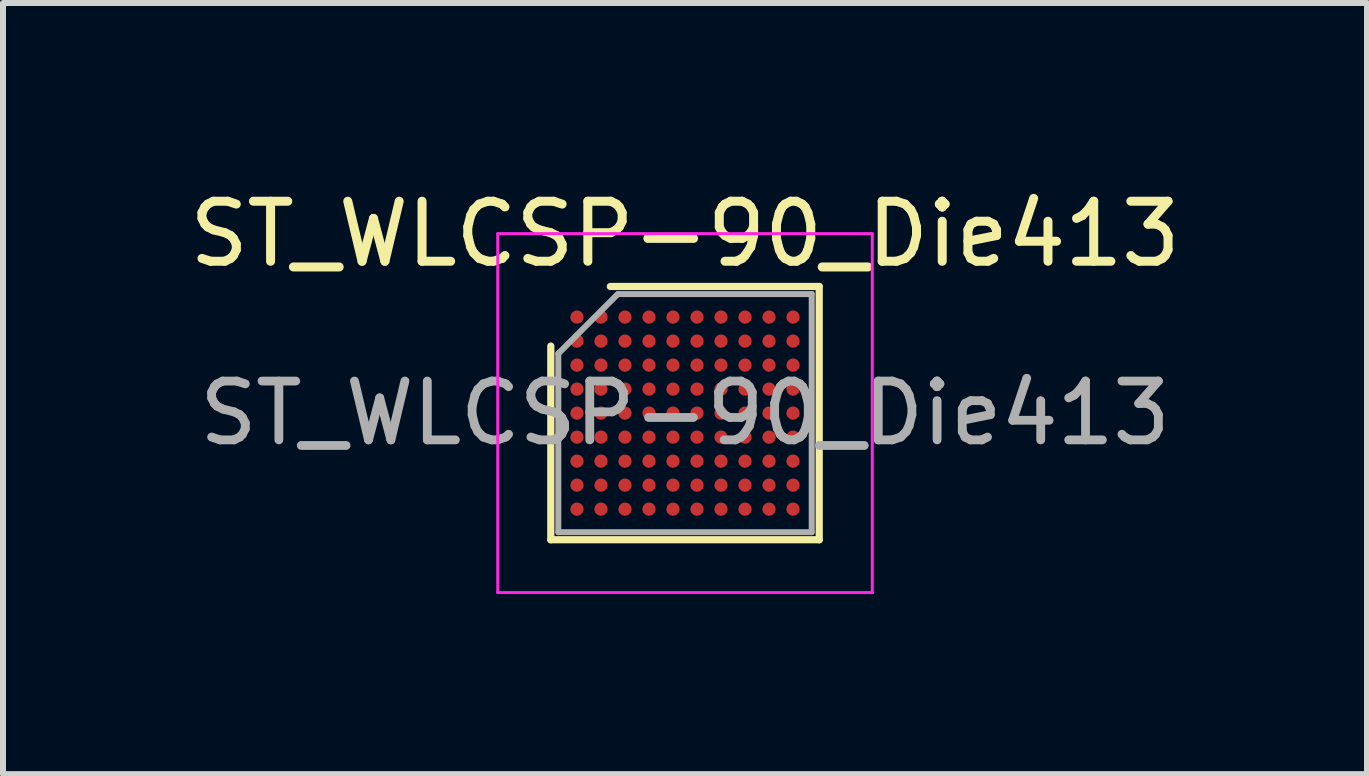
<source format=kicad_pcb>
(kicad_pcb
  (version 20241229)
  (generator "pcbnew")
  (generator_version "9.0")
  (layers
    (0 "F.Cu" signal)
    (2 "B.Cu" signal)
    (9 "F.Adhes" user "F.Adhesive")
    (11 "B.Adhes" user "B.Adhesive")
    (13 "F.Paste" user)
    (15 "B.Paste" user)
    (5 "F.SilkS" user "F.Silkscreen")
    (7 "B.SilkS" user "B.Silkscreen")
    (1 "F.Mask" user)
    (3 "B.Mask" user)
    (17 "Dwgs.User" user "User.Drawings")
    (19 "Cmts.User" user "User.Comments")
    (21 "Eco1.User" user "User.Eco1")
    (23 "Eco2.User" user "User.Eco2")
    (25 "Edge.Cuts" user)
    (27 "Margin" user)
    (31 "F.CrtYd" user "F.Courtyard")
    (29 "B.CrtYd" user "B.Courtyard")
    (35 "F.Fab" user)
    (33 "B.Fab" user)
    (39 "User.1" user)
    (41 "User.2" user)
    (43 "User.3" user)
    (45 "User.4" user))
  (footprint "ST_WLCSP-90_Die413"
    (layer "F.Cu")
    (at 8.363 3.833)
    (property "Reference" "ST_WLCSP-90_Die413" (at 0 -2.985 0) (layer "F.SilkS") (effects (font (size 1 1) (thickness 0.15))))
    (attr smd)
    (fp_line (start -2.236 2.11) (end -2.236 -1.117) (stroke (width 0.12) (type solid)) (layer "F.SilkS"))
    (fp_line (start -1.244 -2.11) (end 2.236 -2.11) (stroke (width 0.12) (type solid)) (layer "F.SilkS"))
    (fp_line (start 2.236 -2.11) (end 2.236 2.11) (stroke (width 0.12) (type solid)) (layer "F.SilkS"))
    (fp_line (start 2.236 2.11) (end -2.236 2.11) (stroke (width 0.12) (type solid)) (layer "F.SilkS"))
    (fp_line (start -3.12 -2.99) (end -3.12 2.99) (stroke (width 0.05) (type solid)) (layer "F.CrtYd"))
    (fp_line (start -3.12 2.99) (end 3.12 2.99) (stroke (width 0.05) (type solid)) (layer "F.CrtYd"))
    (fp_line (start 3.12 -2.99) (end -3.12 -2.99) (stroke (width 0.05) (type solid)) (layer "F.CrtYd"))
    (fp_line (start 3.12 2.99) (end 3.12 -2.99) (stroke (width 0.05) (type solid)) (layer "F.CrtYd"))
    (fp_line (start -2.111 -0.992) (end -1.119 -1.984) (stroke (width 0.1) (type solid)) (layer "F.Fab"))
    (fp_line (start -2.111 1.984) (end -2.111 -0.992) (stroke (width 0.1) (type solid)) (layer "F.Fab"))
    (fp_line (start -1.119 -1.984) (end 2.111 -1.984) (stroke (width 0.1) (type solid)) (layer "F.Fab"))
    (fp_line (start 2.111 -1.984) (end 2.111 1.984) (stroke (width 0.1) (type solid)) (layer "F.Fab"))
    (fp_line (start 2.111 1.984) (end -2.111 1.984) (stroke (width 0.1) (type solid)) (layer "F.Fab"))
    (fp_text user "${REFERENCE}" (at 0 0 0) (layer "F.Fab") (effects (font (size 0.98 0.98) (thickness 0.147))))
    (pad "A1" smd circle (at -1.8 -1.6) (size 0.22 0.22) (layers "F.Cu" "F.Mask" "F.Paste"))
    (pad "A2" smd circle (at -1.4 -1.6) (size 0.22 0.22) (layers "F.Cu" "F.Mask" "F.Paste"))
    (pad "A3" smd circle (at -1 -1.6) (size 0.22 0.22) (layers "F.Cu" "F.Mask" "F.Paste"))
    (pad "A4" smd circle (at -0.6 -1.6) (size 0.22 0.22) (layers "F.Cu" "F.Mask" "F.Paste"))
    (pad "A5" smd circle (at -0.2 -1.6) (size 0.22 0.22) (layers "F.Cu" "F.Mask" "F.Paste"))
    (pad "A6" smd circle (at 0.2 -1.6) (size 0.22 0.22) (layers "F.Cu" "F.Mask" "F.Paste"))
    (pad "A7" smd circle (at 0.6 -1.6) (size 0.22 0.22) (layers "F.Cu" "F.Mask" "F.Paste"))
    (pad "A8" smd circle (at 1 -1.6) (size 0.22 0.22) (layers "F.Cu" "F.Mask" "F.Paste"))
    (pad "A9" smd circle (at 1.4 -1.6) (size 0.22 0.22) (layers "F.Cu" "F.Mask" "F.Paste"))
    (pad "A10" smd circle (at 1.8 -1.6) (size 0.22 0.22) (layers "F.Cu" "F.Mask" "F.Paste"))
    (pad "B1" smd circle (at -1.8 -1.2) (size 0.22 0.22) (layers "F.Cu" "F.Mask" "F.Paste"))
    (pad "B2" smd circle (at -1.4 -1.2) (size 0.22 0.22) (layers "F.Cu" "F.Mask" "F.Paste"))
    (pad "B3" smd circle (at -1 -1.2) (size 0.22 0.22) (layers "F.Cu" "F.Mask" "F.Paste"))
    (pad "B4" smd circle (at -0.6 -1.2) (size 0.22 0.22) (layers "F.Cu" "F.Mask" "F.Paste"))
    (pad "B5" smd circle (at -0.2 -1.2) (size 0.22 0.22) (layers "F.Cu" "F.Mask" "F.Paste"))
    (pad "B6" smd circle (at 0.2 -1.2) (size 0.22 0.22) (layers "F.Cu" "F.Mask" "F.Paste"))
    (pad "B7" smd circle (at 0.6 -1.2) (size 0.22 0.22) (layers "F.Cu" "F.Mask" "F.Paste"))
    (pad "B8" smd circle (at 1 -1.2) (size 0.22 0.22) (layers "F.Cu" "F.Mask" "F.Paste"))
    (pad "B9" smd circle (at 1.4 -1.2) (size 0.22 0.22) (layers "F.Cu" "F.Mask" "F.Paste"))
    (pad "B10" smd circle (at 1.8 -1.2) (size 0.22 0.22) (layers "F.Cu" "F.Mask" "F.Paste"))
    (pad "C1" smd circle (at -1.8 -0.8) (size 0.22 0.22) (layers "F.Cu" "F.Mask" "F.Paste"))
    (pad "C2" smd circle (at -1.4 -0.8) (size 0.22 0.22) (layers "F.Cu" "F.Mask" "F.Paste"))
    (pad "C3" smd circle (at -1 -0.8) (size 0.22 0.22) (layers "F.Cu" "F.Mask" "F.Paste"))
    (pad "C4" smd circle (at -0.6 -0.8) (size 0.22 0.22) (layers "F.Cu" "F.Mask" "F.Paste"))
    (pad "C5" smd circle (at -0.2 -0.8) (size 0.22 0.22) (layers "F.Cu" "F.Mask" "F.Paste"))
    (pad "C6" smd circle (at 0.2 -0.8) (size 0.22 0.22) (layers "F.Cu" "F.Mask" "F.Paste"))
    (pad "C7" smd circle (at 0.6 -0.8) (size 0.22 0.22) (layers "F.Cu" "F.Mask" "F.Paste"))
    (pad "C8" smd circle (at 1 -0.8) (size 0.22 0.22) (layers "F.Cu" "F.Mask" "F.Paste"))
    (pad "C9" smd circle (at 1.4 -0.8) (size 0.22 0.22) (layers "F.Cu" "F.Mask" "F.Paste"))
    (pad "C10" smd circle (at 1.8 -0.8) (size 0.22 0.22) (layers "F.Cu" "F.Mask" "F.Paste"))
    (pad "D1" smd circle (at -1.8 -0.4) (size 0.22 0.22) (layers "F.Cu" "F.Mask" "F.Paste"))
    (pad "D2" smd circle (at -1.4 -0.4) (size 0.22 0.22) (layers "F.Cu" "F.Mask" "F.Paste"))
    (pad "D3" smd circle (at -1 -0.4) (size 0.22 0.22) (layers "F.Cu" "F.Mask" "F.Paste"))
    (pad "D4" smd circle (at -0.6 -0.4) (size 0.22 0.22) (layers "F.Cu" "F.Mask" "F.Paste"))
    (pad "D5" smd circle (at -0.2 -0.4) (size 0.22 0.22) (layers "F.Cu" "F.Mask" "F.Paste"))
    (pad "D6" smd circle (at 0.2 -0.4) (size 0.22 0.22) (layers "F.Cu" "F.Mask" "F.Paste"))
    (pad "D7" smd circle (at 0.6 -0.4) (size 0.22 0.22) (layers "F.Cu" "F.Mask" "F.Paste"))
    (pad "D8" smd circle (at 1 -0.4) (size 0.22 0.22) (layers "F.Cu" "F.Mask" "F.Paste"))
    (pad "D9" smd circle (at 1.4 -0.4) (size 0.22 0.22) (layers "F.Cu" "F.Mask" "F.Paste"))
    (pad "D10" smd circle (at 1.8 -0.4) (size 0.22 0.22) (layers "F.Cu" "F.Mask" "F.Paste"))
    (pad "E1" smd circle (at -1.8 0) (size 0.22 0.22) (layers "F.Cu" "F.Mask" "F.Paste"))
    (pad "E2" smd circle (at -1.4 0) (size 0.22 0.22) (layers "F.Cu" "F.Mask" "F.Paste"))
    (pad "E3" smd circle (at -1 0) (size 0.22 0.22) (layers "F.Cu" "F.Mask" "F.Paste"))
    (pad "E4" smd circle (at -0.6 0) (size 0.22 0.22) (layers "F.Cu" "F.Mask" "F.Paste"))
    (pad "E5" smd circle (at -0.2 0) (size 0.22 0.22) (layers "F.Cu" "F.Mask" "F.Paste"))
    (pad "E6" smd circle (at 0.2 0) (size 0.22 0.22) (layers "F.Cu" "F.Mask" "F.Paste"))
    (pad "E7" smd circle (at 0.6 0) (size 0.22 0.22) (layers "F.Cu" "F.Mask" "F.Paste"))
    (pad "E8" smd circle (at 1 0) (size 0.22 0.22) (layers "F.Cu" "F.Mask" "F.Paste"))
    (pad "E9" smd circle (at 1.4 0) (size 0.22 0.22) (layers "F.Cu" "F.Mask" "F.Paste"))
    (pad "E10" smd circle (at 1.8 0) (size 0.22 0.22) (layers "F.Cu" "F.Mask" "F.Paste"))
    (pad "F1" smd circle (at -1.8 0.4) (size 0.22 0.22) (layers "F.Cu" "F.Mask" "F.Paste"))
    (pad "F2" smd circle (at -1.4 0.4) (size 0.22 0.22) (layers "F.Cu" "F.Mask" "F.Paste"))
    (pad "F3" smd circle (at -1 0.4) (size 0.22 0.22) (layers "F.Cu" "F.Mask" "F.Paste"))
    (pad "F4" smd circle (at -0.6 0.4) (size 0.22 0.22) (layers "F.Cu" "F.Mask" "F.Paste"))
    (pad "F5" smd circle (at -0.2 0.4) (size 0.22 0.22) (layers "F.Cu" "F.Mask" "F.Paste"))
    (pad "F6" smd circle (at 0.2 0.4) (size 0.22 0.22) (layers "F.Cu" "F.Mask" "F.Paste"))
    (pad "F7" smd circle (at 0.6 0.4) (size 0.22 0.22) (layers "F.Cu" "F.Mask" "F.Paste"))
    (pad "F8" smd circle (at 1 0.4) (size 0.22 0.22) (layers "F.Cu" "F.Mask" "F.Paste"))
    (pad "F9" smd circle (at 1.4 0.4) (size 0.22 0.22) (layers "F.Cu" "F.Mask" "F.Paste"))
    (pad "F10" smd circle (at 1.8 0.4) (size 0.22 0.22) (layers "F.Cu" "F.Mask" "F.Paste"))
    (pad "G1" smd circle (at -1.8 0.8) (size 0.22 0.22) (layers "F.Cu" "F.Mask" "F.Paste"))
    (pad "G2" smd circle (at -1.4 0.8) (size 0.22 0.22) (layers "F.Cu" "F.Mask" "F.Paste"))
    (pad "G3" smd circle (at -1 0.8) (size 0.22 0.22) (layers "F.Cu" "F.Mask" "F.Paste"))
    (pad "G4" smd circle (at -0.6 0.8) (size 0.22 0.22) (layers "F.Cu" "F.Mask" "F.Paste"))
    (pad "G5" smd circle (at -0.2 0.8) (size 0.22 0.22) (layers "F.Cu" "F.Mask" "F.Paste"))
    (pad "G6" smd circle (at 0.2 0.8) (size 0.22 0.22) (layers "F.Cu" "F.Mask" "F.Paste"))
    (pad "G7" smd circle (at 0.6 0.8) (size 0.22 0.22) (layers "F.Cu" "F.Mask" "F.Paste"))
    (pad "G8" smd circle (at 1 0.8) (size 0.22 0.22) (layers "F.Cu" "F.Mask" "F.Paste"))
    (pad "G9" smd circle (at 1.4 0.8) (size 0.22 0.22) (layers "F.Cu" "F.Mask" "F.Paste"))
    (pad "G10" smd circle (at 1.8 0.8) (size 0.22 0.22) (layers "F.Cu" "F.Mask" "F.Paste"))
    (pad "H1" smd circle (at -1.8 1.2) (size 0.22 0.22) (layers "F.Cu" "F.Mask" "F.Paste"))
    (pad "H2" smd circle (at -1.4 1.2) (size 0.22 0.22) (layers "F.Cu" "F.Mask" "F.Paste"))
    (pad "H3" smd circle (at -1 1.2) (size 0.22 0.22) (layers "F.Cu" "F.Mask" "F.Paste"))
    (pad "H4" smd circle (at -0.6 1.2) (size 0.22 0.22) (layers "F.Cu" "F.Mask" "F.Paste"))
    (pad "H5" smd circle (at -0.2 1.2) (size 0.22 0.22) (layers "F.Cu" "F.Mask" "F.Paste"))
    (pad "H6" smd circle (at 0.2 1.2) (size 0.22 0.22) (layers "F.Cu" "F.Mask" "F.Paste"))
    (pad "H7" smd circle (at 0.6 1.2) (size 0.22 0.22) (layers "F.Cu" "F.Mask" "F.Paste"))
    (pad "H8" smd circle (at 1 1.2) (size 0.22 0.22) (layers "F.Cu" "F.Mask" "F.Paste"))
    (pad "H9" smd circle (at 1.4 1.2) (size 0.22 0.22) (layers "F.Cu" "F.Mask" "F.Paste"))
    (pad "H10" smd circle (at 1.8 1.2) (size 0.22 0.22) (layers "F.Cu" "F.Mask" "F.Paste"))
    (pad "J1" smd circle (at -1.8 1.6) (size 0.22 0.22) (layers "F.Cu" "F.Mask" "F.Paste"))
    (pad "J2" smd circle (at -1.4 1.6) (size 0.22 0.22) (layers "F.Cu" "F.Mask" "F.Paste"))
    (pad "J3" smd circle (at -1 1.6) (size 0.22 0.22) (layers "F.Cu" "F.Mask" "F.Paste"))
    (pad "J4" smd circle (at -0.6 1.6) (size 0.22 0.22) (layers "F.Cu" "F.Mask" "F.Paste"))
    (pad "J5" smd circle (at -0.2 1.6) (size 0.22 0.22) (layers "F.Cu" "F.Mask" "F.Paste"))
    (pad "J6" smd circle (at 0.2 1.6) (size 0.22 0.22) (layers "F.Cu" "F.Mask" "F.Paste"))
    (pad "J7" smd circle (at 0.6 1.6) (size 0.22 0.22) (layers "F.Cu" "F.Mask" "F.Paste"))
    (pad "J8" smd circle (at 1 1.6) (size 0.22 0.22) (layers "F.Cu" "F.Mask" "F.Paste"))
    (pad "J9" smd circle (at 1.4 1.6) (size 0.22 0.22) (layers "F.Cu" "F.Mask" "F.Paste"))
    (pad "J10" smd circle (at 1.8 1.6) (size 0.22 0.22) (layers "F.Cu" "F.Mask" "F.Paste")))
  (gr_rect
    (start -3 -3)
    (end 19.726 9.848)
    (stroke (width 0.1) (type default))
    (fill no)
    (layer "Edge.Cuts")))
</source>
